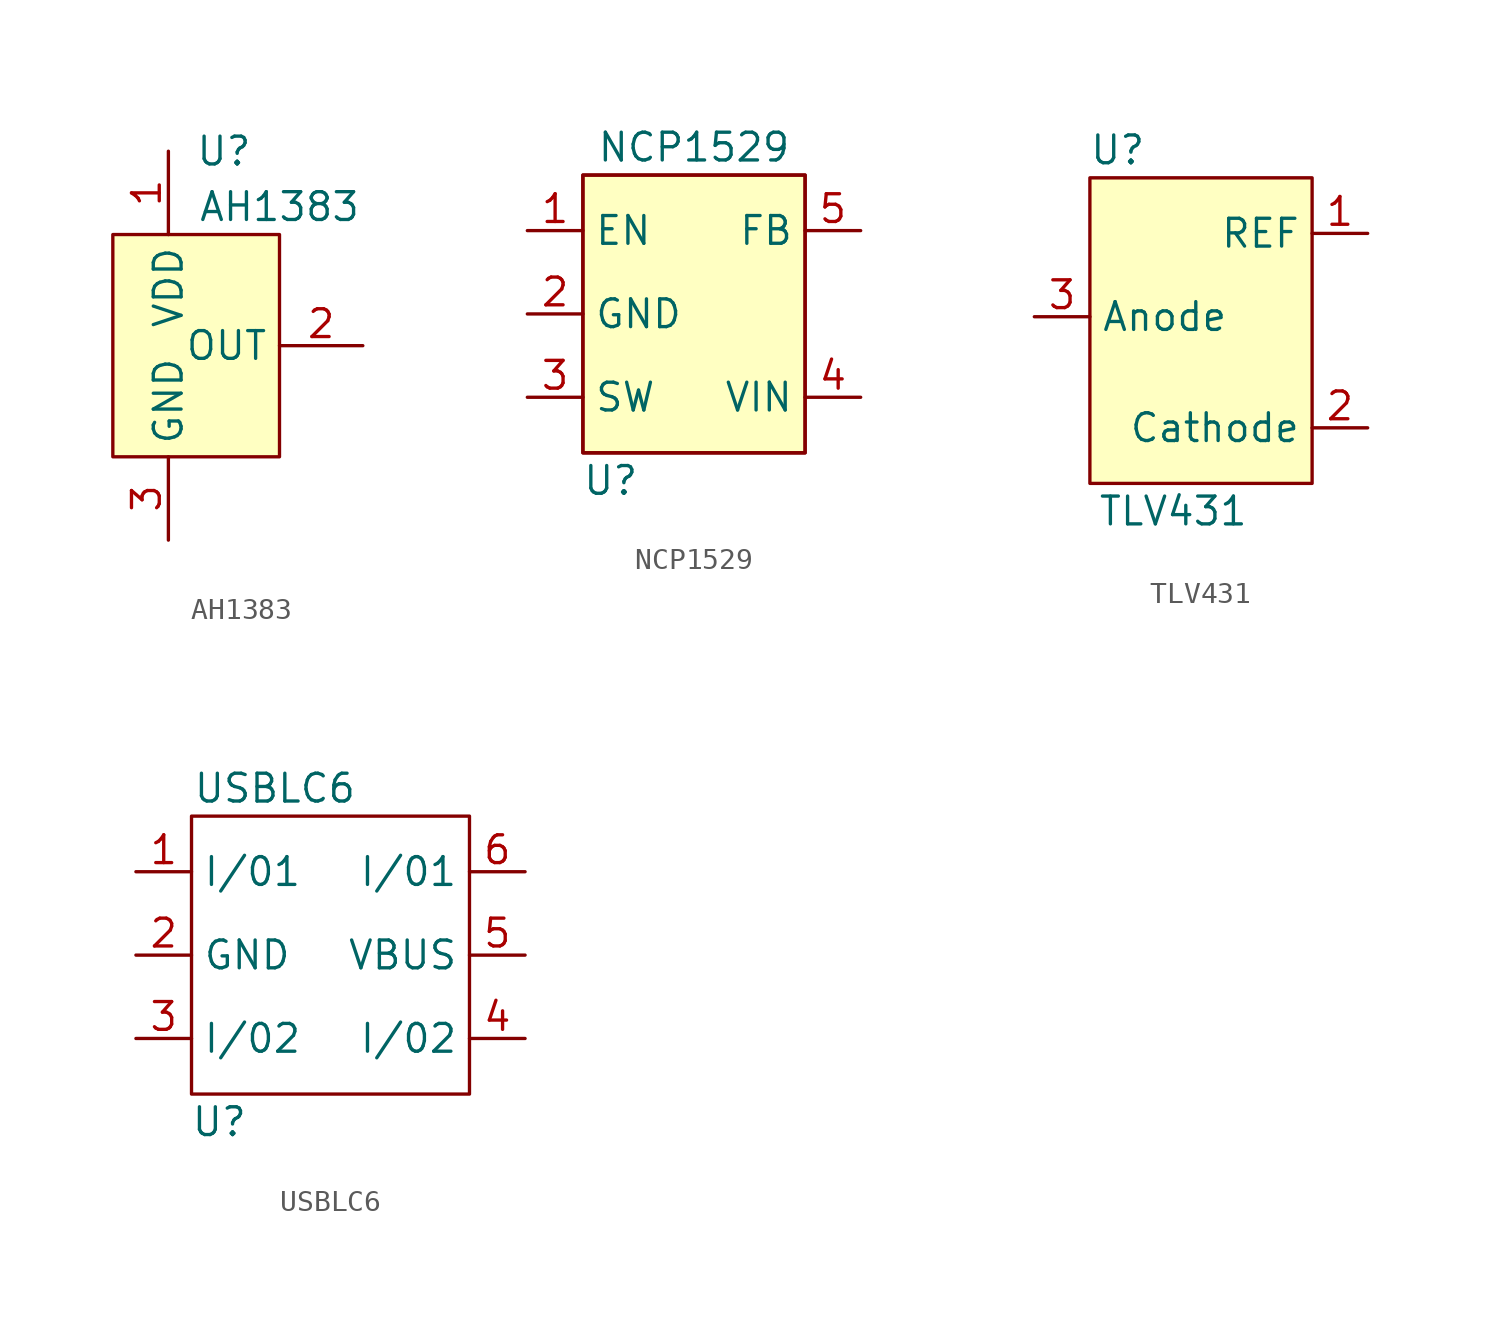
<source format=kicad_sym>
(kicad_symbol_lib
  (version 20211014)
  (generator kicad_symbol_editor)
  (symbol "AH1383"
    (property "Reference" "U"
      (at 2.54 8.89 0)
      (effects (font (size 1.27 1.27))))
    (property "Value" "AH1383"
      (at 5.08 6.35 0)
      (effects (font (size 1.27 1.27))))
    (symbol "AH1383_0_1"
      (rectangle (start -2.54 5.08) (end 5.08 -5.08) (stroke (width 0) (type default) (color 0 0 0 0)) (fill (type background))))
    (symbol "AH1383_1_1"
      (pin power_in line (at 0 8.89 270) (length 3.81) (name "VDD" (effects (font (size 1.27 1.27)))) (number "1" (effects (font (size 1.27 1.27)))))
      (pin output line (at 8.89 0 180) (length 3.81) (name "OUT" (effects (font (size 1.27 1.27)))) (number "2" (effects (font (size 1.27 1.27)))))
      (pin power_in line (at 0 -8.89 90) (length 3.81) (name "GND" (effects (font (size 1.27 1.27)))) (number "3" (effects (font (size 1.27 1.27)))))))
  (symbol "NCP1529"
    (property "Reference" "U"
      (at -3.81 -7.62 0)
      (effects (font (size 1.27 1.27))))
    (property "Value" "NCP1529"
      (at 0 7.62 0)
      (effects (font (size 1.27 1.27))))
    (symbol "NCP1529_0_1"
      (rectangle (start -5.08 6.35) (end 5.08 -6.35) (stroke (width 0) (type default) (color 0 0 0 0)) (fill (type none)))
      (rectangle (start -5.08 6.35) (end 5.08 -6.35) (stroke (width 0) (type default) (color 0 0 0 0)) (fill (type background))))
    (symbol "NCP1529_1_1"
      (pin input line (at -7.62 3.81 0) (length 2.54) (name "EN" (effects (font (size 1.27 1.27)))) (number "1" (effects (font (size 1.27 1.27)))))
      (pin power_in line (at -7.62 0 0) (length 2.54) (name "GND" (effects (font (size 1.27 1.27)))) (number "2" (effects (font (size 1.27 1.27)))))
      (pin output line (at -7.62 -3.81 0) (length 2.54) (name "SW" (effects (font (size 1.27 1.27)))) (number "3" (effects (font (size 1.27 1.27)))))
      (pin power_in line (at 7.62 -3.81 180) (length 2.54) (name "VIN" (effects (font (size 1.27 1.27)))) (number "4" (effects (font (size 1.27 1.27)))))
      (pin input line (at 7.62 3.81 180) (length 2.54) (name "FB" (effects (font (size 1.27 1.27)))) (number "5" (effects (font (size 1.27 1.27)))))))
  (symbol "TLV431"
    (property "Reference" "U"
      (at -3.81 7.62 0)
      (effects (font (size 1.27 1.27))))
    (property "Value" "TLV431"
      (at -1.27 -8.89 0)
      (effects (font (size 1.27 1.27))))
    (symbol "TLV431_0_1"
      (rectangle (start -5.08 6.35) (end 5.08 -7.62) (stroke (width 0) (type default) (color 0 0 0 0)) (fill (type background))))
    (symbol "TLV431_1_1"
      (pin output line (at 7.62 3.81 180) (length 2.54) (name "REF" (effects (font (size 1.27 1.27)))) (number "1" (effects (font (size 1.27 1.27)))))
      (pin power_out line (at 7.62 -5.08 180) (length 2.54) (name "Cathode" (effects (font (size 1.27 1.27)))) (number "2" (effects (font (size 1.27 1.27)))))
      (pin power_in line (at -7.62 0 0) (length 2.54) (name "Anode" (effects (font (size 1.27 1.27)))) (number "3" (effects (font (size 1.27 1.27)))))))
  (symbol "USBLC6"
    (property "Reference" "U"
      (at -3.81 -8.89 0)
      (effects (font (size 1.27 1.27))))
    (property "Value" "USBLC6"
      (at -1.27 6.35 0)
      (effects (font (size 1.27 1.27))))
    (symbol "USBLC6_0_1"
      (rectangle (start -5.08 5.08) (end 7.62 -7.62) (stroke (width 0) (type default) (color 0 0 0 0)) (fill (type none))))
    (symbol "USBLC6_1_1"
      (pin bidirectional line (at -7.62 2.54 0) (length 2.54) (name "I/01" (effects (font (size 1.27 1.27)))) (number "1" (effects (font (size 1.27 1.27)))))
      (pin power_in line (at -7.62 -1.27 0) (length 2.54) (name "GND" (effects (font (size 1.27 1.27)))) (number "2" (effects (font (size 1.27 1.27)))))
      (pin bidirectional line (at -7.62 -5.08 0) (length 2.54) (name "I/02" (effects (font (size 1.27 1.27)))) (number "3" (effects (font (size 1.27 1.27)))))
      (pin bidirectional line (at 10.16 -5.08 180) (length 2.54) (name "I/02" (effects (font (size 1.27 1.27)))) (number "4" (effects (font (size 1.27 1.27)))))
      (pin power_in line (at 10.16 -1.27 180) (length 2.54) (name "VBUS" (effects (font (size 1.27 1.27)))) (number "5" (effects (font (size 1.27 1.27)))))
      (pin bidirectional line (at 10.16 2.54 180) (length 2.54) (name "I/01" (effects (font (size 1.27 1.27)))) (number "6" (effects (font (size 1.27 1.27))))))))
</source>
